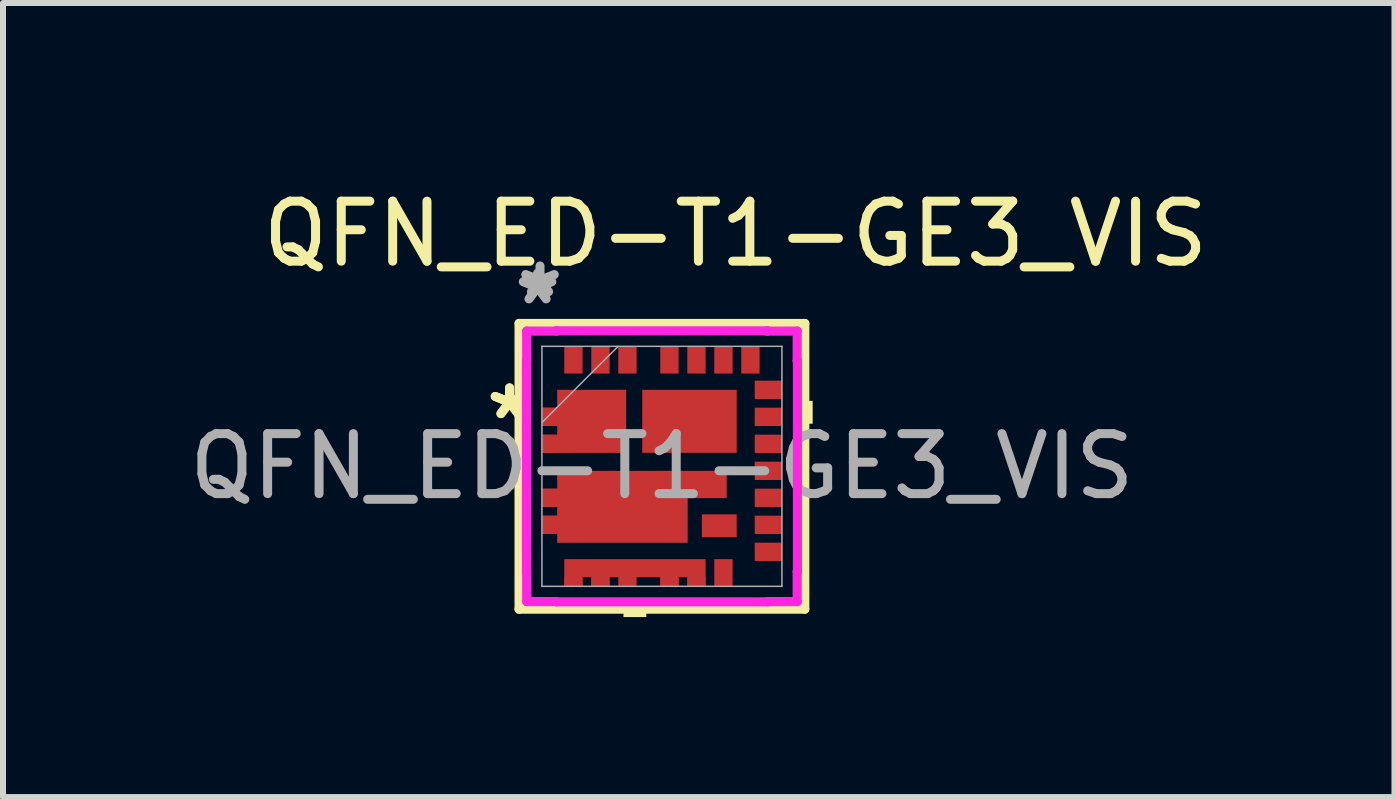
<source format=kicad_pcb>
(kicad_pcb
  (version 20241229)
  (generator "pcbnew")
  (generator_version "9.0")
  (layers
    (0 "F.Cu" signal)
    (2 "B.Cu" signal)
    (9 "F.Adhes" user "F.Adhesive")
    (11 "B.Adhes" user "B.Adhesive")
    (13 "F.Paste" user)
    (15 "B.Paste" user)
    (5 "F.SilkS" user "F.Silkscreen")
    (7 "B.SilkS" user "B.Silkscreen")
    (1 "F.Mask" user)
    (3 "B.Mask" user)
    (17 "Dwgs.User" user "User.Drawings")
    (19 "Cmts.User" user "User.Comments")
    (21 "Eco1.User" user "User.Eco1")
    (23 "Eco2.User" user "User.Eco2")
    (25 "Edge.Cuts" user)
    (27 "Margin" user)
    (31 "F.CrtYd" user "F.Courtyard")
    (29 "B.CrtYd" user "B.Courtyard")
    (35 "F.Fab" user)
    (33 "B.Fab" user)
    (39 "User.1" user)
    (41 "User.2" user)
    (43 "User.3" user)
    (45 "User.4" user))
  (footprint "QFN_ED-T1-GE3_VIS"
    (layer "F.Cu")
    (at 7.982 4.722)
    (property "Reference" "QFN_ED-T1-GE3_VIS" (at 1.227 -3.874 0) (unlocked yes) (layer "F.SilkS") (effects (font (size 1 1) (thickness 0.15))))
    (attr smd)
    (fp_poly (pts (xy -1.628 1.546) (xy 0.728 1.546) (xy 0.728 2) (xy 0.423 2) (xy 0.423 1.848) (xy 0.277 1.848) (xy 0.277 2) (xy -0.027 2) (xy -0.027 1.848) (xy -0.423 1.848) (xy -0.423 2) (xy -0.727 2) (xy -0.727 1.848) (xy -0.873 1.848) (xy -0.873 2) (xy -1.178 2) (xy -1.178 1.848) (xy -1.323 1.848) (xy -1.323 2) (xy -1.628 2)) (stroke (width 0) (type solid)) (fill yes) (layer "F.Mask"))
    (fp_line (start -2.381 -2.381) (end -2.381 2.381) (stroke (width 0.152) (type solid)) (layer "F.SilkS"))
    (fp_line (start -2.381 2.381) (end 2.381 2.381) (stroke (width 0.152) (type solid)) (layer "F.SilkS"))
    (fp_line (start 2.381 -2.381) (end -2.381 -2.381) (stroke (width 0.152) (type solid)) (layer "F.SilkS"))
    (fp_line (start 2.381 2.381) (end 2.381 -2.381) (stroke (width 0.152) (type solid)) (layer "F.SilkS"))
    (fp_poly (pts (xy -0.641 2.258) (xy -0.641 2.512) (xy -0.26 2.512) (xy -0.26 2.258)) (stroke (width 0) (type solid)) (fill yes) (layer "F.SilkS"))
    (fp_poly (pts (xy 2.512 -1.091) (xy 2.512 -0.71) (xy 2.258 -0.71) (xy 2.258 -1.091)) (stroke (width 0) (type solid)) (fill yes) (layer "F.SilkS"))
    (fp_poly (pts (xy -1.746 0.075) (xy 1.079 0.076) (xy 1.079 0.53) (xy 0.429 0.53) (xy 0.429 1.275) (xy -1.746 1.275) (xy -1.746 1.127) (xy -2 1.127) (xy -2 0.823) (xy -1.746 0.823) (xy -1.746 0.677) (xy -2 0.677) (xy -2 0.373) (xy -1.746 0.373)) (stroke (width 0) (type solid)) (fill yes) (layer "F.Paste"))
    (fp_poly (pts (xy -0.727 2) (xy -0.727 1.848) (xy -0.873 1.848) (xy -0.873 2) (xy -1.178 2) (xy -1.178 1.848) (xy -1.323 1.848) (xy -1.323 2) (xy -1.628 2) (xy -1.628 1.546) (xy 0.728 1.546) (xy 0.728 2) (xy 0.423 2) (xy 0.423 1.848) (xy 0.277 1.848) (xy 0.277 2) (xy -0.027 2) (xy -0.027 1.848) (xy -0.423 1.848) (xy -0.423 2)) (stroke (width 0) (type solid)) (fill yes) (layer "F.Paste"))
    (fp_line (start -2.258 -1.756) (end -2.254 -1.756) (stroke (width 0.152) (type solid)) (layer "F.CrtYd"))
    (fp_line (start -2.258 1.756) (end -2.258 -1.756) (stroke (width 0.152) (type solid)) (layer "F.CrtYd"))
    (fp_line (start -2.254 -2.254) (end -1.757 -2.254) (stroke (width 0.152) (type solid)) (layer "F.CrtYd"))
    (fp_line (start -2.254 -1.756) (end -2.254 -2.254) (stroke (width 0.152) (type solid)) (layer "F.CrtYd"))
    (fp_line (start -2.254 1.756) (end -2.258 1.756) (stroke (width 0.152) (type solid)) (layer "F.CrtYd"))
    (fp_line (start -2.254 2.254) (end -2.254 1.756) (stroke (width 0.152) (type solid)) (layer "F.CrtYd"))
    (fp_line (start -1.757 -2.258) (end 1.757 -2.258) (stroke (width 0.152) (type solid)) (layer "F.CrtYd"))
    (fp_line (start -1.757 -2.254) (end -1.757 -2.258) (stroke (width 0.152) (type solid)) (layer "F.CrtYd"))
    (fp_line (start -1.757 2.254) (end -2.254 2.254) (stroke (width 0.152) (type solid)) (layer "F.CrtYd"))
    (fp_line (start -1.757 2.258) (end -1.757 2.254) (stroke (width 0.152) (type solid)) (layer "F.CrtYd"))
    (fp_line (start 1.757 -2.258) (end 1.757 -2.254) (stroke (width 0.152) (type solid)) (layer "F.CrtYd"))
    (fp_line (start 1.757 -2.254) (end 2.254 -2.254) (stroke (width 0.152) (type solid)) (layer "F.CrtYd"))
    (fp_line (start 1.757 2.254) (end 1.757 2.258) (stroke (width 0.152) (type solid)) (layer "F.CrtYd"))
    (fp_line (start 1.757 2.258) (end -1.757 2.258) (stroke (width 0.152) (type solid)) (layer "F.CrtYd"))
    (fp_line (start 2.254 -2.254) (end 2.254 -1.756) (stroke (width 0.152) (type solid)) (layer "F.CrtYd"))
    (fp_line (start 2.254 -1.756) (end 2.258 -1.756) (stroke (width 0.152) (type solid)) (layer "F.CrtYd"))
    (fp_line (start 2.254 1.756) (end 2.254 2.254) (stroke (width 0.152) (type solid)) (layer "F.CrtYd"))
    (fp_line (start 2.254 2.254) (end 1.757 2.254) (stroke (width 0.152) (type solid)) (layer "F.CrtYd"))
    (fp_line (start 2.258 -1.756) (end 2.258 1.756) (stroke (width 0.152) (type solid)) (layer "F.CrtYd"))
    (fp_line (start 2.258 1.756) (end 2.254 1.756) (stroke (width 0.152) (type solid)) (layer "F.CrtYd"))
    (fp_line (start -2 -2) (end -2 2) (stroke (width 0.025) (type solid)) (layer "F.Fab"))
    (fp_line (start -2 -0.73) (end -0.73 -2) (stroke (width 0.025) (type solid)) (layer "F.Fab"))
    (fp_line (start -2 2) (end 2 2) (stroke (width 0.025) (type solid)) (layer "F.Fab"))
    (fp_line (start 2 -2) (end -2 -2) (stroke (width 0.025) (type solid)) (layer "F.Fab"))
    (fp_line (start 2 2) (end 2 -2) (stroke (width 0.025) (type solid)) (layer "F.Fab"))
    (fp_text user "*" (at -2.54 -0.762 0) (layer "F.SilkS") (effects (font (size 1 1) (thickness 0.15))))
    (fp_text user "*" (at -2.54 -0.762 0) (layer "F.SilkS") (effects (font (size 1 1) (thickness 0.15))))
    (fp_text user "${REFERENCE}" (at 0 0 0) (unlocked yes) (layer "F.Fab") (effects (font (size 1 1) (thickness 0.15))))
    (fp_text user "*" (at -2.073 -2.674 0) (unlocked yes) (layer "F.Fab") (effects (font (size 1 1) (thickness 0.15))))
    (fp_text user "*" (at -2.032 -2.794 0) (unlocked yes) (layer "F.Fab") (effects (font (size 1 1) (thickness 0.15))))
    (pad "1" smd rect (at -1.873 -0.825 90) (size 0.305 0.254) (layers "F.Cu" "F.Mask" "F.Paste"))
    (pad "2" smd rect (at -1.873 -0.375 90) (size 0.305 0.254) (layers "F.Cu" "F.Mask" "F.Paste"))
    (pad "3" smd rect (at -1.873 0.525 90) (size 0.305 0.254) (layers "F.Cu" "F.Mask" "F.Paste"))
    (pad "4" smd rect (at -1.873 0.975 90) (size 0.305 0.254) (layers "F.Cu" "F.Mask" "F.Paste"))
    (pad "5" smd rect (at -1.475 1.924) (size 0.305 0.152) (layers "F.Cu" "F.Mask" "F.Paste"))
    (pad "6" smd rect (at -1.025 1.924) (size 0.305 0.152) (layers "F.Cu" "F.Mask" "F.Paste"))
    (pad "7" smd custom (at -0.575 1.924) (size 0.305 0.152) (layers "F.Cu" "F.Mask" "F.Paste") (options (anchor rect)) (primitives (gr_poly (pts (xy -1.053 0.076) (xy -1.053 -0.377) (xy 1.303 -0.377) (xy 1.303 0.076) (xy 0.998 0.076) (xy 0.998 -0.076) (xy 0.853 -0.076) (xy 0.853 0.076) (xy 0.548 0.076) (xy 0.548 -0.076) (xy 0.152 -0.076) (xy 0.152 0.076) (xy -0.152 0.076) (xy -0.152 -0.076) (xy -0.298 -0.076) (xy -0.298 0.076) (xy -0.602 0.076) (xy -0.602 -0.076) (xy -0.748 -0.076) (xy -0.748 0.076)) (width 0) (fill yes))))
    (pad "8" smd rect (at 0.125 1.924) (size 0.305 0.152) (layers "F.Cu" "F.Mask" "F.Paste"))
    (pad "9" smd rect (at 0.575 1.924) (size 0.305 0.152) (layers "F.Cu" "F.Mask" "F.Paste"))
    (pad "10" smd rect (at 1.025 1.775) (size 0.305 0.457) (layers "F.Cu" "F.Mask" "F.Paste"))
    (pad "11" smd rect (at 1.775 1.425 90) (size 0.305 0.457) (layers "F.Cu" "F.Mask" "F.Paste"))
    (pad "12" smd rect (at 1.775 0.975 90) (size 0.305 0.457) (layers "F.Cu" "F.Mask" "F.Paste"))
    (pad "13" smd rect (at 1.775 0.525 90) (size 0.305 0.457) (layers "F.Cu" "F.Mask" "F.Paste"))
    (pad "14" smd rect (at 1.775 0.075 90) (size 0.305 0.457) (layers "F.Cu" "F.Mask" "F.Paste"))
    (pad "15" smd rect (at 1.775 -0.375 90) (size 0.305 0.457) (layers "F.Cu" "F.Mask" "F.Paste"))
    (pad "16" smd rect (at 1.775 -0.825 90) (size 0.305 0.457) (layers "F.Cu" "F.Mask" "F.Paste"))
    (pad "17" smd rect (at 1.775 -1.275 90) (size 0.305 0.457) (layers "F.Cu" "F.Mask" "F.Paste"))
    (pad "18" smd rect (at 1.475 -1.775) (size 0.305 0.457) (layers "F.Cu" "F.Mask" "F.Paste"))
    (pad "19" smd rect (at 1.025 -1.775) (size 0.305 0.457) (layers "F.Cu" "F.Mask" "F.Paste"))
    (pad "20" smd rect (at 0.575 -1.775) (size 0.305 0.457) (layers "F.Cu" "F.Mask" "F.Paste"))
    (pad "21" smd rect (at 0.125 -1.775) (size 0.305 0.457) (layers "F.Cu" "F.Mask" "F.Paste"))
    (pad "22" smd rect (at -0.575 -1.775) (size 0.305 0.457) (layers "F.Cu" "F.Mask" "F.Paste"))
    (pad "23" smd rect (at -1.025 -1.775) (size 0.305 0.457) (layers "F.Cu" "F.Mask" "F.Paste"))
    (pad "24" smd rect (at -1.475 -1.775) (size 0.305 0.457) (layers "F.Cu" "F.Mask" "F.Paste"))
    (pad "25" smd rect (at 0.459 -0.75) (size 1.575 1.05) (layers "F.Cu" "F.Mask" "F.Paste"))
    (pad "26" smd custom (at -1.143 -0.762) (size 0.127 0.127) (layers "F.Cu" "F.Mask" "F.Paste") (options (anchor circle)) (primitives (gr_poly (pts (xy -0.857 -0.215) (xy -0.603 -0.215) (xy -0.603 -0.513) (xy 0.547 -0.513) (xy 0.547 0.537) (xy -0.857 0.539) (xy -0.857 0.235) (xy -0.603 0.235) (xy -0.603 0.089) (xy -0.857 0.089)) (width 0) (fill yes))))
    (pad "27" smd custom (at -0.635 0.635) (size 0.127 0.127) (layers "F.Cu" "F.Mask" "F.Paste") (options (anchor circle)) (primitives (gr_poly (pts (xy -1.111 0.64) (xy -1.111 0.492) (xy -1.365 0.492) (xy -1.365 0.188) (xy -1.111 0.188) (xy -1.111 0.042) (xy -1.365 0.042) (xy -1.365 -0.262) (xy -1.111 -0.262) (xy -1.111 -0.56) (xy 1.714 -0.559) (xy 1.714 -0.105) (xy 1.064 -0.105) (xy 1.064 0.64)) (width 0) (fill yes))))
    (pad "28" smd rect (at 0.956 0.99) (size 0.58 0.38) (layers "F.Cu" "F.Mask" "F.Paste")))
  (gr_rect
    (start -3 -3)
    (end 20.191 10.234)
    (stroke (width 0.1) (type default))
    (fill no)
    (layer "Edge.Cuts")))
</source>
